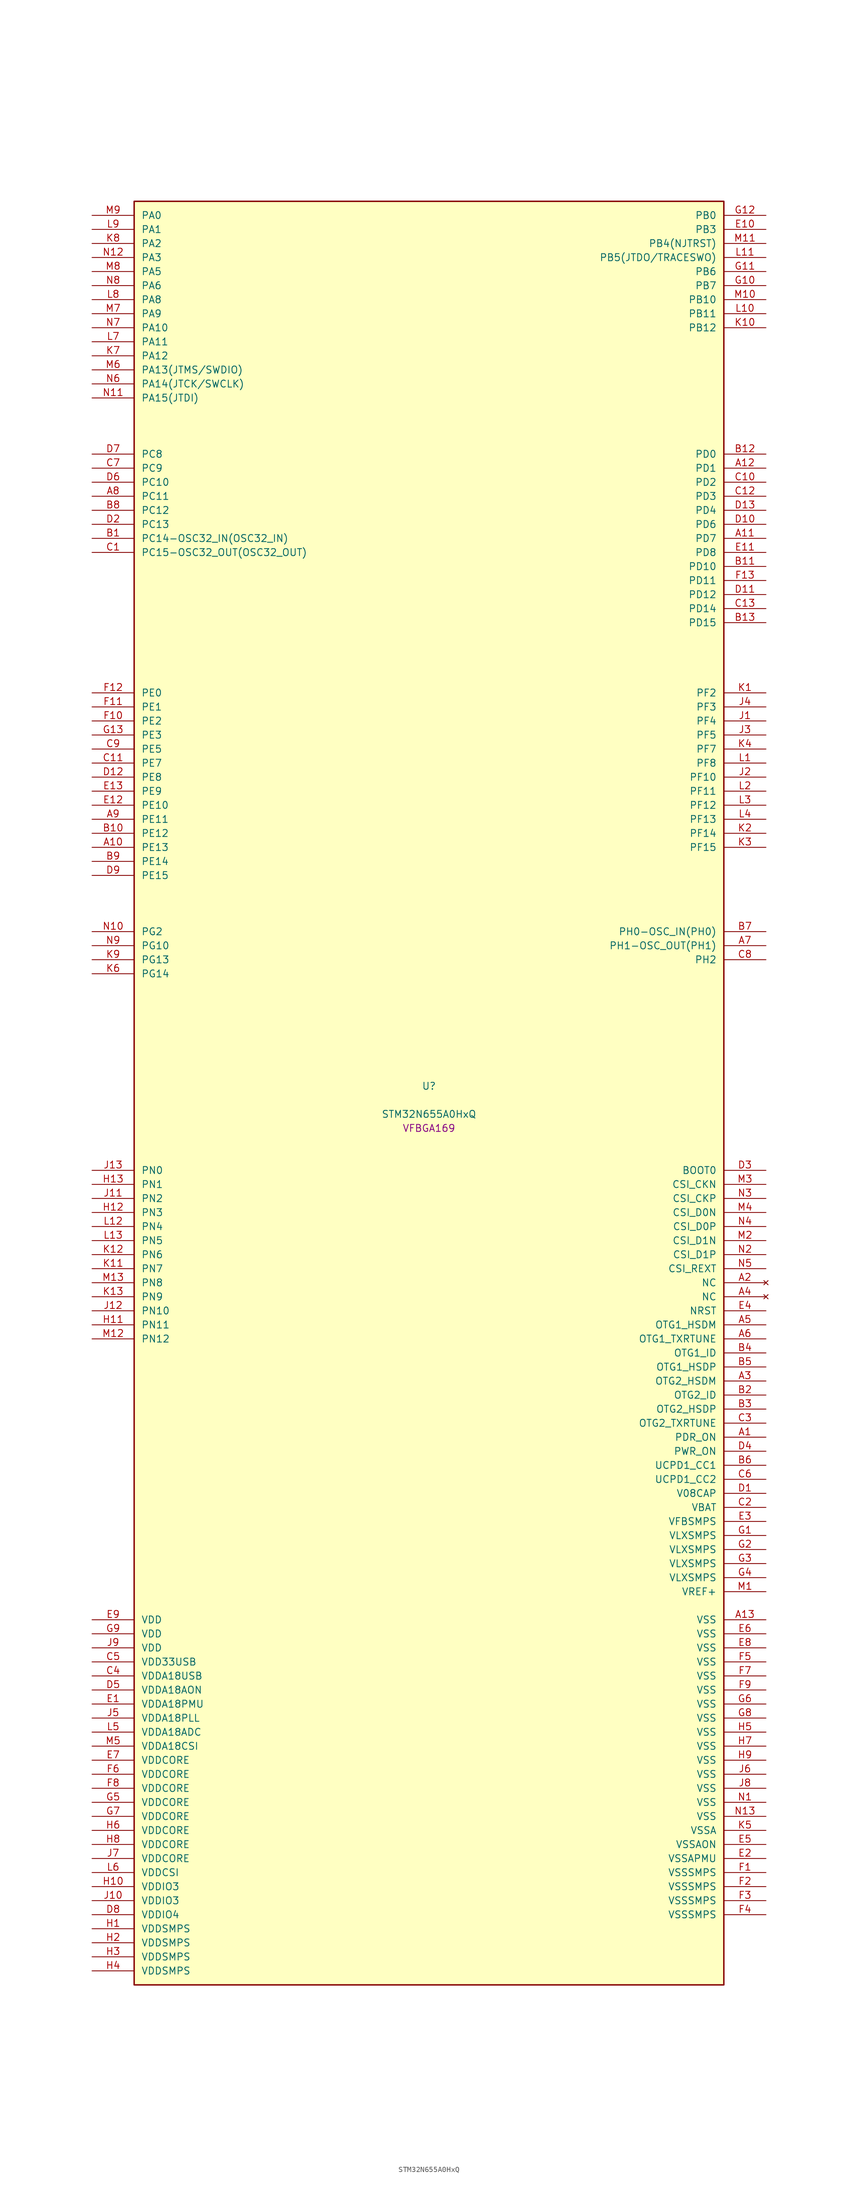
<source format=kicad_sym>
(kicad_symbol_lib
  (version 20241209)
  (generator "stm32_pkl_generator")
  (generator_version "1.0")
  (symbol "STM32N655A0HxQ"
    (pin_names
      (offset 1.27))
    (property "Reference" "U"
      (at 0 2.54 0))
    (property "Value" "STM32N655A0HxQ"
      (at 0 -2.54 0))
    (property "Footprint" "VFBGA169"
      (at 0 -5.08 0))
    (symbol "STM32N655A0HxQ_1_1"
      (rectangle (start -53.34 162.56) (end 53.34 -160.02) (stroke (width 0.254) (type solid)) (fill (type background)))
      (pin bidirectional line (at -60.96 160.02 0) (length 7.62) (name "PA0") (number "M9") (alternate "PA0/ADC1_INN1" bidirectional line) (alternate "PA0/ADC1_INP0" bidirectional line) (alternate "PA0/ADC2_INN1" bidirectional line) (alternate "PA0/ADC2_INP0" bidirectional line) (alternate "PA0/HDP_HDP0" bidirectional line) (alternate "PA0/I2S6_WS" bidirectional line) (alternate "PA0/LTDC_G3" bidirectional line) (alternate "PA0/PWR_WKUP1" bidirectional line) (alternate "PA0/SAI2_SD_B" bidirectional line) (alternate "PA0/SPI6_NSS" bidirectional line) (alternate "PA0/TIM15_BKIN" bidirectional line) (alternate "PA0/TIM2_CH1" bidirectional line) (alternate "PA0/TIM9_CH1" bidirectional line) (alternate "PA0/UART4_TX" bidirectional line))
      (pin bidirectional line (at -60.96 157.48 0) (length 7.62) (name "PA1") (number "L9") (alternate "PA1/ADC1_INP1" bidirectional line) (alternate "PA1/ADC2_INP1" bidirectional line) (alternate "PA1/DCMIPP_D0" bidirectional line) (alternate "PA1/DCMI_D0" bidirectional line) (alternate "PA1/HDP_HDP1" bidirectional line) (alternate "PA1/LTDC_G2" bidirectional line) (alternate "PA1/PSSI_D0" bidirectional line) (alternate "PA1/SAI2_MCLK_B" bidirectional line) (alternate "PA1/TIM15_CH1N" bidirectional line) (alternate "PA1/TIM2_CH2" bidirectional line) (alternate "PA1/UART4_RX" bidirectional line))
      (pin bidirectional line (at -60.96 154.94 0) (length 7.62) (name "PA2") (number "K8") (alternate "PA2/ADC1_INP14" bidirectional line) (alternate "PA2/ADC2_INP14" bidirectional line) (alternate "PA2/HDP_HDP2" bidirectional line) (alternate "PA2/LTDC_B7" bidirectional line) (alternate "PA2/MDIOS_MDIO" bidirectional line) (alternate "PA2/PWR_WKUP2" bidirectional line) (alternate "PA2/SAI2_SCK_B" bidirectional line) (alternate "PA2/TIM15_CH1" bidirectional line) (alternate "PA2/TIM2_CH3" bidirectional line))
      (pin bidirectional line (at -60.96 152.4 0) (length 7.62) (name "PA3") (number "N12") (alternate "PA3/SAI1_SD_B" bidirectional line) (alternate "PA3/SPI5_NSS" bidirectional line) (alternate "PA3/TIM16_CH1" bidirectional line) (alternate "PA3/UART7_RX" bidirectional line))
      (pin bidirectional line (at -60.96 149.86 0) (length 7.62) (name "PA5") (number "M8") (alternate "PA5/ADC2_INP18" bidirectional line) (alternate "PA5/DCMIPP_D8" bidirectional line) (alternate "PA5/DCMI_D8" bidirectional line) (alternate "PA5/HDP_HDP5" bidirectional line) (alternate "PA5/I2S1_CK" bidirectional line) (alternate "PA5/I2S6_CK" bidirectional line) (alternate "PA5/I3C1_SCL" bidirectional line) (alternate "PA5/LTDC_CLK" bidirectional line) (alternate "PA5/PSSI_D8" bidirectional line) (alternate "PA5/PWR_CSTOP" bidirectional line) (alternate "PA5/SPI1_SCK" bidirectional line) (alternate "PA5/SPI6_SCK" bidirectional line) (alternate "PA5/TIM10_CH1" bidirectional line) (alternate "PA5/TIM2_CH1" bidirectional line) (alternate "PA5/TIM2_ETR" bidirectional line) (alternate "PA5/TIM9_CH2" bidirectional line))
      (pin bidirectional line (at -60.96 147.32 0) (length 7.62) (name "PA6") (number "N8") (alternate "PA6/ADC1_INP3" bidirectional line) (alternate "PA6/ADC2_INP3" bidirectional line) (alternate "PA6/BOOT1" bidirectional line) (alternate "PA6/DCMIPP_PIXCLK" bidirectional line) (alternate "PA6/DCMI_PIXCLK" bidirectional line) (alternate "PA6/HDP_HDP6" bidirectional line) (alternate "PA6/I2S1_SDI" bidirectional line) (alternate "PA6/I2S6_SDI" bidirectional line) (alternate "PA6/I3C1_SDA" bidirectional line) (alternate "PA6/LTDC_B7" bidirectional line) (alternate "PA6/LTDC_HSYNC" bidirectional line) (alternate "PA6/MDIOS_MDC" bidirectional line) (alternate "PA6/PSSI_PDCK" bidirectional line) (alternate "PA6/SPI1_MISO" bidirectional line) (alternate "PA6/SPI6_MISO" bidirectional line) (alternate "PA6/TIM13_CH1" bidirectional line) (alternate "PA6/TIM1_BKIN" bidirectional line) (alternate "PA6/TIM3_CH1" bidirectional line))
      (pin bidirectional line (at -60.96 144.78 0) (length 7.62) (name "PA8") (number "L8") (alternate "PA8/ADC1_INP5" bidirectional line) (alternate "PA8/ADC2_INP5" bidirectional line) (alternate "PA8/HDP_HDP0" bidirectional line) (alternate "PA8/I2C3_SCL" bidirectional line) (alternate "PA8/I3C2_SCL" bidirectional line) (alternate "PA8/LTDC_B6" bidirectional line) (alternate "PA8/RCC_MCO_1" bidirectional line) (alternate "PA8/TIM11_CH1" bidirectional line) (alternate "PA8/TIM1_CH1" bidirectional line) (alternate "PA8/UART7_RX" bidirectional line) (alternate "PA8/USART1_CK" bidirectional line))
      (pin bidirectional line (at -60.96 142.24 0) (length 7.62) (name "PA9") (number "M7") (alternate "PA9/ADC1_INP10" bidirectional line) (alternate "PA9/ADC2_INP10" bidirectional line) (alternate "PA9/DCMIPP_D0" bidirectional line) (alternate "PA9/DCMI_D0" bidirectional line) (alternate "PA9/HDP_HDP1" bidirectional line) (alternate "PA9/I2C3_SDA" bidirectional line) (alternate "PA9/I2S2_CK" bidirectional line) (alternate "PA9/I3C2_SDA" bidirectional line) (alternate "PA9/LPUART1_TX" bidirectional line) (alternate "PA9/LTDC_B5" bidirectional line) (alternate "PA9/PSSI_D0" bidirectional line) (alternate "PA9/SPI2_SCK" bidirectional line) (alternate "PA9/TIM1_CH2" bidirectional line) (alternate "PA9/USART1_TX" bidirectional line))
      (pin bidirectional line (at -60.96 139.7 0) (length 7.62) (name "PA10") (number "N7") (alternate "PA10/ADC1_INN10" bidirectional line) (alternate "PA10/ADC1_INP11" bidirectional line) (alternate "PA10/ADC2_INN10" bidirectional line) (alternate "PA10/ADC2_INP11" bidirectional line) (alternate "PA10/DCMIPP_D1" bidirectional line) (alternate "PA10/DCMI_D1" bidirectional line) (alternate "PA10/HDP_HDP2" bidirectional line) (alternate "PA10/LPUART1_RX" bidirectional line) (alternate "PA10/LTDC_B4" bidirectional line) (alternate "PA10/MDIOS_MDIO" bidirectional line) (alternate "PA10/PSSI_D1" bidirectional line) (alternate "PA10/PWR_CSLEEP" bidirectional line) (alternate "PA10/TIM1_CH3" bidirectional line) (alternate "PA10/USART1_RX" bidirectional line))
      (pin bidirectional line (at -60.96 137.16 0) (length 7.62) (name "PA11") (number "L7") (alternate "PA11/ADC1_EXTI11" bidirectional line) (alternate "PA11/ADC1_INN11" bidirectional line) (alternate "PA11/ADC1_INP12" bidirectional line) (alternate "PA11/ADC2_EXTI11" bidirectional line) (alternate "PA11/ADC2_INN11" bidirectional line) (alternate "PA11/ADC2_INP12" bidirectional line) (alternate "PA11/FDCAN1_RX" bidirectional line) (alternate "PA11/HDP_HDP3" bidirectional line) (alternate "PA11/I2S2_WS" bidirectional line) (alternate "PA11/LPUART1_CTS" bidirectional line) (alternate "PA11/LTDC_B3" bidirectional line) (alternate "PA11/SPI2_NSS" bidirectional line) (alternate "PA11/TIM1_CH4" bidirectional line) (alternate "PA11/UART4_RX" bidirectional line) (alternate "PA11/USART1_CTS" bidirectional line) (alternate "PA11/USART1_NSS" bidirectional line))
      (pin bidirectional line (at -60.96 134.62 0) (length 7.62) (name "PA12") (number "K7") (alternate "PA12/ADC1_INN12" bidirectional line) (alternate "PA12/ADC1_INP13" bidirectional line) (alternate "PA12/ADC2_INN12" bidirectional line) (alternate "PA12/ADC2_INP13" bidirectional line) (alternate "PA12/FDCAN1_TX" bidirectional line) (alternate "PA12/HDP_HDP4" bidirectional line) (alternate "PA12/I2S2_CK" bidirectional line) (alternate "PA12/LPUART1_RTS" bidirectional line) (alternate "PA12/LTDC_B2" bidirectional line) (alternate "PA12/SAI2_FS_B" bidirectional line) (alternate "PA12/SPI2_SCK" bidirectional line) (alternate "PA12/TIM1_ETR" bidirectional line) (alternate "PA12/UART4_TX" bidirectional line) (alternate "PA12/USART1_RTS" bidirectional line))
      (pin bidirectional line (at -60.96 132.08 0) (length 7.62) (name "PA13(JTMS/SWDIO)") (number "M6") (alternate "PA13(JTMS/SWDIO)/DEBUG_JTMS-SWDIO" bidirectional line) (alternate "PA13(JTMS/SWDIO)/HDP_HDP5" bidirectional line))
      (pin bidirectional line (at -60.96 129.54 0) (length 7.62) (name "PA14(JTCK/SWCLK)") (number "N6") (alternate "PA14(JTCK/SWCLK)/DEBUG_JTCK-SWCLK" bidirectional line) (alternate "PA14(JTCK/SWCLK)/HDP_HDP6" bidirectional line))
      (pin bidirectional line (at -60.96 127 0) (length 7.62) (name "PA15(JTDI)") (number "N11") (alternate "PA15(JTDI)/ADC1_EXTI15" bidirectional line) (alternate "PA15(JTDI)/ADC2_EXTI15" bidirectional line) (alternate "PA15(JTDI)/DEBUG_JTDI" bidirectional line) (alternate "PA15(JTDI)/HDP_HDP7" bidirectional line) (alternate "PA15(JTDI)/I2S1_WS" bidirectional line) (alternate "PA15(JTDI)/I2S3_WS" bidirectional line) (alternate "PA15(JTDI)/I2S6_WS" bidirectional line) (alternate "PA15(JTDI)/LTDC_R5" bidirectional line) (alternate "PA15(JTDI)/SPI1_NSS" bidirectional line) (alternate "PA15(JTDI)/SPI3_NSS" bidirectional line) (alternate "PA15(JTDI)/SPI6_NSS" bidirectional line) (alternate "PA15(JTDI)/TIM2_CH1" bidirectional line) (alternate "PA15(JTDI)/TIM2_ETR" bidirectional line) (alternate "PA15(JTDI)/UART4_DE" bidirectional line) (alternate "PA15(JTDI)/UART4_RTS" bidirectional line) (alternate "PA15(JTDI)/UART7_TX" bidirectional line))
      (pin bidirectional line (at 60.96 160.02 180) (length 7.62) (name "PB0") (number "G12") (alternate "PB0/ADF1_SDI0" bidirectional line) (alternate "PB0/DCMIPP_D4" bidirectional line) (alternate "PB0/DCMI_D4" bidirectional line) (alternate "PB0/DEBUG_TRACED1" bidirectional line) (alternate "PB0/MDF1_SDI2" bidirectional line) (alternate "PB0/PSSI_D4" bidirectional line) (alternate "PB0/SAI1_D2" bidirectional line) (alternate "PB0/SAI1_FS_A" bidirectional line) (alternate "PB0/SPI4_NSS" bidirectional line) (alternate "PB0/TIM15_CH1N" bidirectional line) (alternate "PB0/TIM1_CH4" bidirectional line))
      (pin bidirectional line (at 60.96 157.48 180) (length 7.62) (name "PB3") (number "E10") (alternate "PB3/DEBUG_JTDO-SWO" bidirectional line) (alternate "PB3/DEBUG_TRACECLK" bidirectional line) (alternate "PB3/GFXTIM_FCKCAL" bidirectional line) (alternate "PB3/GFXTIM_LCKCAL" bidirectional line) (alternate "PB3/HDP_HDP0" bidirectional line) (alternate "PB3/MDF1_CKI1" bidirectional line) (alternate "PB3/SAI2_FS_B" bidirectional line) (alternate "PB3/TIM1_CH4N" bidirectional line) (alternate "PB3/USART1_CK" bidirectional line))
      (pin bidirectional line (at 60.96 154.94 180) (length 7.62) (name "PB4(NJTRST)") (number "M11") (alternate "PB4(NJTRST)/DCMIPP_VSYNC" bidirectional line) (alternate "PB4(NJTRST)/DCMI_VSYNC" bidirectional line) (alternate "PB4(NJTRST)/DEBUG_NJTRST" bidirectional line) (alternate "PB4(NJTRST)/HDP_HDP4" bidirectional line) (alternate "PB4(NJTRST)/I2S1_SDI" bidirectional line) (alternate "PB4(NJTRST)/I2S2_WS" bidirectional line) (alternate "PB4(NJTRST)/I2S3_SDI" bidirectional line) (alternate "PB4(NJTRST)/I2S6_SDI" bidirectional line) (alternate "PB4(NJTRST)/LTDC_R3" bidirectional line) (alternate "PB4(NJTRST)/PSSI_RDY" bidirectional line) (alternate "PB4(NJTRST)/SPI1_MISO" bidirectional line) (alternate "PB4(NJTRST)/SPI2_NSS" bidirectional line) (alternate "PB4(NJTRST)/SPI3_MISO" bidirectional line) (alternate "PB4(NJTRST)/SPI6_MISO" bidirectional line) (alternate "PB4(NJTRST)/TIM16_BKIN" bidirectional line) (alternate "PB4(NJTRST)/TIM3_CH1" bidirectional line) (alternate "PB4(NJTRST)/UART7_TX" bidirectional line))
      (pin bidirectional line (at 60.96 152.4 180) (length 7.62) (name "PB5(JTDO/TRACESWO)") (number "L11") (alternate "PB5(JTDO/TRACESWO)/DCMIPP_D10" bidirectional line) (alternate "PB5(JTDO/TRACESWO)/DCMI_D10" bidirectional line) (alternate "PB5(JTDO/TRACESWO)/DEBUG_JTDO-SWO" bidirectional line) (alternate "PB5(JTDO/TRACESWO)/FDCAN2_RX" bidirectional line) (alternate "PB5(JTDO/TRACESWO)/HDP_HDP5" bidirectional line) (alternate "PB5(JTDO/TRACESWO)/I2S1_SDO" bidirectional line) (alternate "PB5(JTDO/TRACESWO)/I2S3_SDO" bidirectional line) (alternate "PB5(JTDO/TRACESWO)/I2S6_SDO" bidirectional line) (alternate "PB5(JTDO/TRACESWO)/LTDC_R2" bidirectional line) (alternate "PB5(JTDO/TRACESWO)/PSSI_D10" bidirectional line) (alternate "PB5(JTDO/TRACESWO)/SPI1_MOSI" bidirectional line) (alternate "PB5(JTDO/TRACESWO)/SPI3_MOSI" bidirectional line) (alternate "PB5(JTDO/TRACESWO)/SPI6_MOSI" bidirectional line) (alternate "PB5(JTDO/TRACESWO)/TIM3_CH2" bidirectional line) (alternate "PB5(JTDO/TRACESWO)/UART5_RX" bidirectional line))
      (pin bidirectional line (at 60.96 149.86 180) (length 7.62) (name "PB6") (number "G11") (alternate "PB6/ADF1_CCK1" bidirectional line) (alternate "PB6/DCMIPP_D6" bidirectional line) (alternate "PB6/DCMI_D6" bidirectional line) (alternate "PB6/DEBUG_TRACED2" bidirectional line) (alternate "PB6/MDF1_CCK1" bidirectional line) (alternate "PB6/PSSI_D6" bidirectional line) (alternate "PB6/SAI1_CK2" bidirectional line) (alternate "PB6/SAI1_SCK_A" bidirectional line) (alternate "PB6/SPI4_MISO" bidirectional line) (alternate "PB6/TIM15_CH1" bidirectional line))
      (pin bidirectional line (at 60.96 147.32 180) (length 7.62) (name "PB7") (number "G10") (alternate "PB7/ADF1_SDI0" bidirectional line) (alternate "PB7/DCMIPP_D7" bidirectional line) (alternate "PB7/DCMI_D7" bidirectional line) (alternate "PB7/DEBUG_TRACED3" bidirectional line) (alternate "PB7/MDF1_SDI1" bidirectional line) (alternate "PB7/PSSI_D7" bidirectional line) (alternate "PB7/SAI1_D1" bidirectional line) (alternate "PB7/SAI1_SD_A" bidirectional line) (alternate "PB7/SAI2_MCLK_B" bidirectional line) (alternate "PB7/SPI4_MOSI" bidirectional line) (alternate "PB7/TIM15_CH2" bidirectional line) (alternate "PB7/TIM1_BKIN2" bidirectional line))
      (pin bidirectional line (at 60.96 144.78 180) (length 7.62) (name "PB10") (number "M10") (alternate "PB10/ADC1_INN4" bidirectional line) (alternate "PB10/ADC1_INP8" bidirectional line) (alternate "PB10/ADC2_INN4" bidirectional line) (alternate "PB10/ADC2_INP8" bidirectional line) (alternate "PB10/HDP_HDP2" bidirectional line) (alternate "PB10/I2C2_SCL" bidirectional line) (alternate "PB10/I2S2_CK" bidirectional line) (alternate "PB10/I3C2_SCL" bidirectional line) (alternate "PB10/LPTIM2_IN1" bidirectional line) (alternate "PB10/LTDC_G7" bidirectional line) (alternate "PB10/SPI2_SCK" bidirectional line) (alternate "PB10/TIM2_CH3" bidirectional line) (alternate "PB10/USART3_TX" bidirectional line))
      (pin bidirectional line (at 60.96 142.24 180) (length 7.62) (name "PB11") (number "L10") (alternate "PB11/ADC1_EXTI11" bidirectional line) (alternate "PB11/ADC1_INP4" bidirectional line) (alternate "PB11/ADC2_EXTI11" bidirectional line) (alternate "PB11/ADC2_INP4" bidirectional line) (alternate "PB11/HDP_HDP3" bidirectional line) (alternate "PB11/I2C2_SDA" bidirectional line) (alternate "PB11/I3C2_SDA" bidirectional line) (alternate "PB11/LPTIM2_ETR" bidirectional line) (alternate "PB11/LTDC_G6" bidirectional line) (alternate "PB11/TIM2_CH4" bidirectional line) (alternate "PB11/USART3_RX" bidirectional line))
      (pin bidirectional line (at 60.96 139.7 180) (length 7.62) (name "PB12") (number "K10") (alternate "PB12/FDCAN2_RX" bidirectional line) (alternate "PB12/HDP_HDP4" bidirectional line) (alternate "PB12/I2C2_SMBA" bidirectional line) (alternate "PB12/I2S2_WS" bidirectional line) (alternate "PB12/LPTIM2_IN2" bidirectional line) (alternate "PB12/LTDC_G5" bidirectional line) (alternate "PB12/SPI2_NSS" bidirectional line) (alternate "PB12/TIM1_BKIN" bidirectional line) (alternate "PB12/UART5_RX" bidirectional line) (alternate "PB12/USART3_CK" bidirectional line))
      (pin bidirectional line (at -60.96 116.84 0) (length 7.62) (name "PC8") (number "D7") (alternate "PC8/DCMIPP_D2" bidirectional line) (alternate "PC8/DCMI_D2" bidirectional line) (alternate "PC8/DEBUG_TRACED1" bidirectional line) (alternate "PC8/HDP_HDP0" bidirectional line) (alternate "PC8/I2C3_SMBA" bidirectional line) (alternate "PC8/LTDC_B0" bidirectional line) (alternate "PC8/PSSI_D2" bidirectional line) (alternate "PC8/TIM3_CH3" bidirectional line) (alternate "PC8/UART5_DE" bidirectional line) (alternate "PC8/UART5_RTS" bidirectional line) (alternate "PC8/UCPD1_FRSTX1" bidirectional line) (alternate "PC8/USART6_CK" bidirectional line))
      (pin bidirectional line (at -60.96 114.3 0) (length 7.62) (name "PC9") (number "C7") (alternate "PC9/AUDIOCLK" bidirectional line) (alternate "PC9/DCMIPP_D3" bidirectional line) (alternate "PC9/DCMI_D3" bidirectional line) (alternate "PC9/HDP_HDP1" bidirectional line) (alternate "PC9/I2C3_SDA" bidirectional line) (alternate "PC9/LTDC_B3" bidirectional line) (alternate "PC9/PSSI_D3" bidirectional line) (alternate "PC9/RCC_MCO_2" bidirectional line) (alternate "PC9/TIM3_CH4" bidirectional line) (alternate "PC9/UART5_CTS" bidirectional line) (alternate "PC9/UCPD1_FRSTX2" bidirectional line) (alternate "PC9/USART6_RX" bidirectional line))
      (pin bidirectional line (at -60.96 111.76 0) (length 7.62) (name "PC10") (number "D6") (alternate "PC10/DCMIPP_D14" bidirectional line) (alternate "PC10/HDP_HDP2" bidirectional line) (alternate "PC10/I2C4_SCL" bidirectional line) (alternate "PC10/I2S3_CK" bidirectional line) (alternate "PC10/I3C2_SCL" bidirectional line) (alternate "PC10/PSSI_D14" bidirectional line) (alternate "PC10/SPI3_SCK" bidirectional line) (alternate "PC10/TIM1_BKIN" bidirectional line) (alternate "PC10/UART4_TX" bidirectional line) (alternate "PC10/USART3_TX" bidirectional line))
      (pin bidirectional line (at -60.96 109.22 0) (length 7.62) (name "PC11") (number "A8") (alternate "PC11/ADC1_EXTI11" bidirectional line) (alternate "PC11/ADC2_EXTI11" bidirectional line) (alternate "PC11/DCMIPP_D4" bidirectional line) (alternate "PC11/DCMI_D4" bidirectional line) (alternate "PC11/HDP_HDP3" bidirectional line) (alternate "PC11/I2C4_SDA" bidirectional line) (alternate "PC11/I2S3_SDI" bidirectional line) (alternate "PC11/I3C2_SDA" bidirectional line) (alternate "PC11/PSSI_D4" bidirectional line) (alternate "PC11/SPI3_MISO" bidirectional line) (alternate "PC11/UART4_RX" bidirectional line) (alternate "PC11/USART3_RX" bidirectional line))
      (pin bidirectional line (at -60.96 106.68 0) (length 7.62) (name "PC12") (number "B8") (alternate "PC12/DCMIPP_D9" bidirectional line) (alternate "PC12/DCMI_D9" bidirectional line) (alternate "PC12/DEBUG_TRACED3" bidirectional line) (alternate "PC12/HDP_HDP4" bidirectional line) (alternate "PC12/I2S3_SDO" bidirectional line) (alternate "PC12/I2S6_CK" bidirectional line) (alternate "PC12/PSSI_D9" bidirectional line) (alternate "PC12/SPI3_MOSI" bidirectional line) (alternate "PC12/SPI6_SCK" bidirectional line) (alternate "PC12/TIM15_CH1" bidirectional line) (alternate "PC12/TIM1_CH4" bidirectional line) (alternate "PC12/UART5_TX" bidirectional line) (alternate "PC12/USART3_CK" bidirectional line))
      (pin bidirectional line (at -60.96 104.14 0) (length 7.62) (name "PC13") (number "D2") (alternate "PC13/HDP_HDP5" bidirectional line) (alternate "PC13/PWR_WKUP3" bidirectional line) (alternate "PC13/RTC_OUT1" bidirectional line) (alternate "PC13/RTC_TS" bidirectional line) (alternate "PC13/TAMP_IN1" bidirectional line) (alternate "PC13/TAMP_OUT2" bidirectional line))
      (pin bidirectional line (at -60.96 101.6 0) (length 7.62) (name "PC14-OSC32_IN(OSC32_IN)") (number "B1") (alternate "PC14-OSC32_IN(OSC32_IN)/RCC_OSC32_IN" bidirectional line))
      (pin bidirectional line (at -60.96 99.06 0) (length 7.62) (name "PC15-OSC32_OUT(OSC32_OUT)") (number "C1") (alternate "PC15-OSC32_OUT(OSC32_OUT)/ADC1_EXTI15" bidirectional line) (alternate "PC15-OSC32_OUT(OSC32_OUT)/ADC2_EXTI15" bidirectional line) (alternate "PC15-OSC32_OUT(OSC32_OUT)/RCC_OSC32_OUT" bidirectional line))
      (pin bidirectional line (at 60.96 116.84 180) (length 7.62) (name "PD0") (number "B12") (alternate "PD0/DCMIPP_HSYNC" bidirectional line) (alternate "PD0/DCMI_HSYNC" bidirectional line) (alternate "PD0/FDCAN1_RX" bidirectional line) (alternate "PD0/PSSI_DE" bidirectional line) (alternate "PD0/TIM1_ETR" bidirectional line) (alternate "PD0/UART4_RX" bidirectional line))
      (pin bidirectional line (at 60.96 114.3 180) (length 7.62) (name "PD1") (number "A12") (alternate "PD1/ETH1_MDC" bidirectional line) (alternate "PD1/FDCAN1_TX" bidirectional line) (alternate "PD1/UART4_TX" bidirectional line))
      (pin bidirectional line (at 60.96 111.76 180) (length 7.62) (name "PD2") (number "C10") (alternate "PD2/ADF1_SDI0" bidirectional line) (alternate "PD2/DEBUG_TRACED0" bidirectional line) (alternate "PD2/HDP_HDP1" bidirectional line) (alternate "PD2/I2S2_SDO" bidirectional line) (alternate "PD2/MDF1_SDI1" bidirectional line) (alternate "PD2/MDIOS_MDC" bidirectional line) (alternate "PD2/PWR_WKUP4" bidirectional line) (alternate "PD2/SAI1_D1" bidirectional line) (alternate "PD2/SAI1_SD_A" bidirectional line) (alternate "PD2/SPI2_MOSI" bidirectional line) (alternate "PD2/TIM15_CH1N" bidirectional line) (alternate "PD2/TIM1_CH3" bidirectional line))
      (pin bidirectional line (at 60.96 109.22 180) (length 7.62) (name "PD3") (number "C12") (alternate "PD3/DCMIPP_D14" bidirectional line) (alternate "PD3/ETH1_PHY_INTN" bidirectional line) (alternate "PD3/I2C2_SMBA" bidirectional line) (alternate "PD3/PSSI_D14" bidirectional line) (alternate "PD3/USART6_CTS" bidirectional line))
      (pin bidirectional line (at 60.96 106.68 180) (length 7.62) (name "PD4") (number "D13") (alternate "PD4/DCMIPP_D9" bidirectional line) (alternate "PD4/DCMI_D9" bidirectional line) (alternate "PD4/I2C2_SDA" bidirectional line) (alternate "PD4/PSSI_D9" bidirectional line) (alternate "PD4/SPI5_MISO" bidirectional line) (alternate "PD4/TAMP_IN7" bidirectional line) (alternate "PD4/TAMP_OUT8" bidirectional line) (alternate "PD4/TIM1_BKIN2" bidirectional line) (alternate "PD4/USART6_RTS" bidirectional line))
      (pin bidirectional line (at 60.96 104.14 180) (length 7.62) (name "PD6") (number "D10") (alternate "PD6/HDP_HDP2" bidirectional line) (alternate "PD6/I2S2_SDI" bidirectional line) (alternate "PD6/SPI2_MISO" bidirectional line) (alternate "PD6/TIM15_CH2" bidirectional line) (alternate "PD6/TIM1_CH1" bidirectional line))
      (pin bidirectional line (at 60.96 101.6 180) (length 7.62) (name "PD7") (number "A11") (alternate "PD7/DCMIPP_D0" bidirectional line) (alternate "PD7/DCMI_D0" bidirectional line) (alternate "PD7/HDP_HDP3" bidirectional line) (alternate "PD7/I2S2_SDO" bidirectional line) (alternate "PD7/I2S3_WS" bidirectional line) (alternate "PD7/PSSI_D0" bidirectional line) (alternate "PD7/SPI2_MOSI" bidirectional line) (alternate "PD7/SPI3_NSS" bidirectional line) (alternate "PD7/TIM15_CH1N" bidirectional line) (alternate "PD7/TIM1_CH2" bidirectional line))
      (pin bidirectional line (at 60.96 99.06 180) (length 7.62) (name "PD8") (number "E11") (alternate "PD8/DCMIPP_D11" bidirectional line) (alternate "PD8/DCMI_D11" bidirectional line) (alternate "PD8/LTDC_R7" bidirectional line) (alternate "PD8/PSSI_D11" bidirectional line) (alternate "PD8/TAMP_IN3" bidirectional line) (alternate "PD8/TAMP_OUT4" bidirectional line) (alternate "PD8/USART3_TX" bidirectional line))
      (pin bidirectional line (at 60.96 96.52 180) (length 7.62) (name "PD10") (number "B11") (alternate "PD10/DEBUG_TRACECLK" bidirectional line) (alternate "PD10/GFXTIM_TE" bidirectional line) (alternate "PD10/HDP_HDP4" bidirectional line) (alternate "PD10/I2S1_MCK" bidirectional line) (alternate "PD10/MDF1_CKI3" bidirectional line) (alternate "PD10/SAI2_FS_B" bidirectional line) (alternate "PD10/TIM1_ETR" bidirectional line) (alternate "PD10/UCPD1_FRSTX1" bidirectional line))
      (pin bidirectional line (at 60.96 93.98 180) (length 7.62) (name "PD11") (number "F13") (alternate "PD11/ADC1_EXTI11" bidirectional line) (alternate "PD11/ADC2_EXTI11" bidirectional line) (alternate "PD11/DCMIPP_D15" bidirectional line) (alternate "PD11/I2C4_SDA" bidirectional line) (alternate "PD11/I2S2_SDI" bidirectional line) (alternate "PD11/PSSI_D15" bidirectional line) (alternate "PD11/SPI2_MISO" bidirectional line) (alternate "PD11/UCPD1_FRSTX1" bidirectional line))
      (pin bidirectional line (at 60.96 91.44 180) (length 7.62) (name "PD12") (number "D11") (alternate "PD12/DCMIPP_D12" bidirectional line) (alternate "PD12/DCMI_D12" bidirectional line) (alternate "PD12/ETH1_MDIO" bidirectional line) (alternate "PD12/HDP_HDP5" bidirectional line) (alternate "PD12/MDF1_SDI3" bidirectional line) (alternate "PD12/PSSI_D12" bidirectional line) (alternate "PD12/SAI1_D3" bidirectional line) (alternate "PD12/UCPD1_FRSTX2" bidirectional line))
      (pin bidirectional line (at 60.96 88.9 180) (length 7.62) (name "PD14") (number "C13") (alternate "PD14/I2C2_SCL" bidirectional line))
      (pin bidirectional line (at 60.96 86.36 180) (length 7.62) (name "PD15") (number "B13") (alternate "PD15/ADC1_EXTI15" bidirectional line) (alternate "PD15/ADC2_EXTI15" bidirectional line) (alternate "PD15/I2C2_SDA" bidirectional line) (alternate "PD15/LTDC_R2" bidirectional line))
      (pin bidirectional line (at -60.96 73.66 0) (length 7.62) (name "PE0") (number "F12") (alternate "PE0/DCMIPP_D2" bidirectional line) (alternate "PE0/DCMI_D2" bidirectional line) (alternate "PE0/LPTIM2_ETR" bidirectional line) (alternate "PE0/PSSI_D2" bidirectional line) (alternate "PE0/SAI2_MCLK_A" bidirectional line) (alternate "PE0/TAMP_IN6" bidirectional line) (alternate "PE0/TAMP_OUT5" bidirectional line) (alternate "PE0/USART3_RX" bidirectional line))
      (pin bidirectional line (at -60.96 71.12 0) (length 7.62) (name "PE1") (number "F11") (alternate "PE1/DCMIPP_D8" bidirectional line) (alternate "PE1/DCMI_D8" bidirectional line) (alternate "PE1/LPTIM2_CH2" bidirectional line) (alternate "PE1/PSSI_D8" bidirectional line) (alternate "PE1/USART3_TX" bidirectional line))
      (pin bidirectional line (at -60.96 68.58 0) (length 7.62) (name "PE2") (number "F10") (alternate "PE2/ADF1_CCK0" bidirectional line) (alternate "PE2/DEBUG_TRACECLK" bidirectional line) (alternate "PE2/MDF1_CCK0" bidirectional line) (alternate "PE2/SAI1_CK1" bidirectional line) (alternate "PE2/SAI1_MCLK_A" bidirectional line) (alternate "PE2/SPI4_SCK" bidirectional line) (alternate "PE2/TIM1_CH2N" bidirectional line) (alternate "PE2/UCPD1_FRSTX1" bidirectional line))
      (pin bidirectional line (at -60.96 66.04 0) (length 7.62) (name "PE3") (number "G13") (alternate "PE3/DEBUG_TRACED0" bidirectional line) (alternate "PE3/MDF1_CKI2" bidirectional line) (alternate "PE3/SAI1_SD_B" bidirectional line) (alternate "PE3/TIM15_BKIN" bidirectional line))
      (pin bidirectional line (at -60.96 63.5 0) (length 7.62) (name "PE5") (number "C9") (alternate "PE5/DCMIPP_D5" bidirectional line) (alternate "PE5/DCMI_D5" bidirectional line) (alternate "PE5/FDCAN2_TX" bidirectional line) (alternate "PE5/HDP_HDP6" bidirectional line) (alternate "PE5/I3C1_SCL" bidirectional line) (alternate "PE5/LPUART1_TX" bidirectional line) (alternate "PE5/PSSI_D5" bidirectional line) (alternate "PE5/TIM16_CH1N" bidirectional line) (alternate "PE5/UART5_TX" bidirectional line) (alternate "PE5/USART1_TX" bidirectional line))
      (pin bidirectional line (at -60.96 60.96 0) (length 7.62) (name "PE7") (number "C11") (alternate "PE7/MDF1_CKI0" bidirectional line) (alternate "PE7/SAI2_SD_B" bidirectional line) (alternate "PE7/TIM1_ETR" bidirectional line) (alternate "PE7/UART7_RX" bidirectional line))
      (pin bidirectional line (at -60.96 58.42 0) (length 7.62) (name "PE8") (number "D12") (alternate "PE8/DCMIPP_D4" bidirectional line) (alternate "PE8/DCMI_D4" bidirectional line) (alternate "PE8/MDF1_SDI0" bidirectional line) (alternate "PE8/PSSI_D4" bidirectional line) (alternate "PE8/TIM1_CH1N" bidirectional line) (alternate "PE8/UART7_TX" bidirectional line) (alternate "PE8/USART3_TX" bidirectional line))
      (pin bidirectional line (at -60.96 55.88 0) (length 7.62) (name "PE9") (number "E13") (alternate "PE9/MDF1_CKI4" bidirectional line) (alternate "PE9/TIM1_CH1" bidirectional line) (alternate "PE9/UART7_RTS" bidirectional line))
      (pin bidirectional line (at -60.96 53.34 0) (length 7.62) (name "PE10") (number "E12") (alternate "PE10/DCMIPP_D3" bidirectional line) (alternate "PE10/DCMI_D3" bidirectional line) (alternate "PE10/DEBUG_TRACECLK" bidirectional line) (alternate "PE10/MDF1_SDI4" bidirectional line) (alternate "PE10/PSSI_D3" bidirectional line) (alternate "PE10/TIM1_CH2N" bidirectional line) (alternate "PE10/UART7_CTS" bidirectional line) (alternate "PE10/USART3_RX" bidirectional line))
      (pin bidirectional line (at -60.96 50.8 0) (length 7.62) (name "PE11") (number "A9") (alternate "PE11/ADC1_EXTI11" bidirectional line) (alternate "PE11/ADC2_EXTI11" bidirectional line) (alternate "PE11/FDCAN3_TX" bidirectional line) (alternate "PE11/LTDC_VSYNC" bidirectional line) (alternate "PE11/MDF1_CKI5" bidirectional line) (alternate "PE11/SAI2_SD_B" bidirectional line) (alternate "PE11/SPI4_NSS" bidirectional line) (alternate "PE11/TIM1_CH2" bidirectional line))
      (pin bidirectional line (at -60.96 48.26 0) (length 7.62) (name "PE12") (number "B10") (alternate "PE12/FDCAN3_RX" bidirectional line) (alternate "PE12/MDF1_SDI5" bidirectional line) (alternate "PE12/SAI2_SCK_B" bidirectional line) (alternate "PE12/SPI4_SCK" bidirectional line) (alternate "PE12/TIM1_CH3N" bidirectional line))
      (pin bidirectional line (at -60.96 45.72 0) (length 7.62) (name "PE13") (number "A10") (alternate "PE13/ADF1_CCK0" bidirectional line) (alternate "PE13/I2C4_SCL" bidirectional line) (alternate "PE13/SAI2_FS_B" bidirectional line) (alternate "PE13/SPI4_MISO" bidirectional line) (alternate "PE13/TIM1_CH3" bidirectional line))
      (pin bidirectional line (at -60.96 43.18 0) (length 7.62) (name "PE14") (number "B9") (alternate "PE14/ADF1_CCK1" bidirectional line) (alternate "PE14/GFXTIM_FCKCAL" bidirectional line) (alternate "PE14/GFXTIM_LCKCAL" bidirectional line) (alternate "PE14/I2C4_SDA" bidirectional line) (alternate "PE14/SAI2_MCLK_B" bidirectional line) (alternate "PE14/SPI4_MOSI" bidirectional line) (alternate "PE14/TIM1_CH4" bidirectional line))
      (pin bidirectional line (at -60.96 40.64 0) (length 7.62) (name "PE15") (number "D9") (alternate "PE15/ADC1_EXTI15" bidirectional line) (alternate "PE15/ADC2_EXTI15" bidirectional line) (alternate "PE15/GFXTIM_FCKCAL" bidirectional line) (alternate "PE15/GFXTIM_LCKCAL" bidirectional line) (alternate "PE15/I2C4_SMBA" bidirectional line) (alternate "PE15/SPI5_SCK" bidirectional line) (alternate "PE15/TIM1_BKIN" bidirectional line))
      (pin bidirectional line (at 60.96 73.66 180) (length 7.62) (name "PF2") (number "K1") (alternate "PF2/ETH1_RGMII_CLK125" bidirectional line) (alternate "PF2/FDCAN3_TX" bidirectional line) (alternate "PF2/I2S2_CK" bidirectional line) (alternate "PF2/LTDC_B1" bidirectional line) (alternate "PF2/SPI2_SCK" bidirectional line) (alternate "PF2/TIM1_CH3N" bidirectional line))
      (pin bidirectional line (at 60.96 71.12 180) (length 7.62) (name "PF3") (number "J4") (alternate "PF3/ADC1_INP16" bidirectional line) (alternate "PF3/DCMIPP_HSYNC" bidirectional line) (alternate "PF3/DCMI_HSYNC" bidirectional line) (alternate "PF3/ETH1_PPS_OUT" bidirectional line) (alternate "PF3/FDCAN3_RX" bidirectional line) (alternate "PF3/LTDC_R4" bidirectional line) (alternate "PF3/PSSI_DE" bidirectional line))
      (pin bidirectional line (at 60.96 68.58 180) (length 7.62) (name "PF4") (number "J1") (alternate "PF4/ADC1_INP18" bidirectional line) (alternate "PF4/DCMIPP_HSYNC" bidirectional line) (alternate "PF4/DCMI_HSYNC" bidirectional line) (alternate "PF4/ETH1_MDIO" bidirectional line) (alternate "PF4/HDP_HDP4" bidirectional line) (alternate "PF4/I2S1_WS" bidirectional line) (alternate "PF4/I2S3_WS" bidirectional line) (alternate "PF4/I2S6_WS" bidirectional line) (alternate "PF4/LTDC_R3" bidirectional line) (alternate "PF4/PSSI_DE" bidirectional line) (alternate "PF4/SPI1_NSS" bidirectional line) (alternate "PF4/SPI3_NSS" bidirectional line) (alternate "PF4/SPI6_NSS" bidirectional line))
      (pin bidirectional line (at 60.96 66.04 180) (length 7.62) (name "PF5") (number "J3") (alternate "PF5/DCMIPP_D6" bidirectional line) (alternate "PF5/DCMI_D6" bidirectional line) (alternate "PF5/ETH1_CLK" bidirectional line) (alternate "PF5/LPTIM2_IN2" bidirectional line) (alternate "PF5/LTDC_G0" bidirectional line) (alternate "PF5/PSSI_D6" bidirectional line) (alternate "PF5/SAI2_SD_A" bidirectional line) (alternate "PF5/TIM1_ETR" bidirectional line) (alternate "PF5/USART3_CTS" bidirectional line) (alternate "PF5/USART3_NSS" bidirectional line))
      (pin bidirectional line (at 60.96 63.5 180) (length 7.62) (name "PF7") (number "K4") (alternate "PF7/ADC1_INN5" bidirectional line) (alternate "PF7/ADC1_INP9" bidirectional line) (alternate "PF7/ADC2_INN5" bidirectional line) (alternate "PF7/ADC2_INP9" bidirectional line) (alternate "PF7/ETH1_MII_RX_CLK" bidirectional line) (alternate "PF7/ETH1_RGMII_RX_CLK" bidirectional line) (alternate "PF7/ETH1_RMII_REF_CLK" bidirectional line) (alternate "PF7/GFXTIM_TE" bidirectional line) (alternate "PF7/HDP_HDP0" bidirectional line) (alternate "PF7/I2S1_CK" bidirectional line) (alternate "PF7/LTDC_VSYNC" bidirectional line) (alternate "PF7/SPI1_SCK" bidirectional line) (alternate "PF7/TIM1_CH2N" bidirectional line) (alternate "PF7/TIM3_CH3" bidirectional line) (alternate "PF7/TIM9_CH1" bidirectional line) (alternate "PF7/UART4_CTS" bidirectional line))
      (pin bidirectional line (at 60.96 60.96 180) (length 7.62) (name "PF8") (number "L1") (alternate "PF8/DEBUG_TRACECLK" bidirectional line) (alternate "PF8/ETH1_MII_RXD2" bidirectional line) (alternate "PF8/ETH1_RGMII_RXD2" bidirectional line) (alternate "PF8/LTDC_R6" bidirectional line))
      (pin bidirectional line (at 60.96 58.42 180) (length 7.62) (name "PF10") (number "J2") (alternate "PF10/DCMIPP_D11" bidirectional line) (alternate "PF10/DCMIPP_D15" bidirectional line) (alternate "PF10/DCMI_D11" bidirectional line) (alternate "PF10/ETH1_MII_RX_DV" bidirectional line) (alternate "PF10/ETH1_RGMII_RX_CTL" bidirectional line) (alternate "PF10/ETH1_RMII_CRS_DV" bidirectional line) (alternate "PF10/LTDC_R1" bidirectional line) (alternate "PF10/MDF1_SDI3" bidirectional line) (alternate "PF10/PSSI_D11" bidirectional line) (alternate "PF10/PSSI_D15" bidirectional line) (alternate "PF10/SAI1_D3" bidirectional line) (alternate "PF10/TIM16_BKIN" bidirectional line) (alternate "PF10/UART7_RX" bidirectional line) (alternate "PF10/UCPD1_FRSTX1" bidirectional line))
      (pin bidirectional line (at 60.96 55.88 180) (length 7.62) (name "PF11") (number "L2") (alternate "PF11/ADC1_EXTI11" bidirectional line) (alternate "PF11/ADC1_INP2" bidirectional line) (alternate "PF11/ADC2_EXTI11" bidirectional line) (alternate "PF11/DCMIPP_D15" bidirectional line) (alternate "PF11/ETH1_MII_TX_EN" bidirectional line) (alternate "PF11/ETH1_RGMII_TX_CTL" bidirectional line) (alternate "PF11/ETH1_RMII_TX_EN" bidirectional line) (alternate "PF11/LTDC_B0" bidirectional line) (alternate "PF11/PSSI_D15" bidirectional line) (alternate "PF11/SAI2_SD_B" bidirectional line) (alternate "PF11/SPI5_MOSI" bidirectional line))
      (pin bidirectional line (at 60.96 53.34 180) (length 7.62) (name "PF12") (number "L3") (alternate "PF12/ADC1_INN2" bidirectional line) (alternate "PF12/ADC1_INP6" bidirectional line) (alternate "PF12/DCMIPP_D13" bidirectional line) (alternate "PF12/DCMI_D13" bidirectional line) (alternate "PF12/ETH1_MII_TXD0" bidirectional line) (alternate "PF12/ETH1_RGMII_TXD0" bidirectional line) (alternate "PF12/ETH1_RMII_TXD0" bidirectional line) (alternate "PF12/PSSI_D13" bidirectional line) (alternate "PF12/SPI5_MISO" bidirectional line) (alternate "PF12/USART1_RX" bidirectional line))
      (pin bidirectional line (at 60.96 50.8 180) (length 7.62) (name "PF13") (number "L4") (alternate "PF13/ADC2_INP2" bidirectional line) (alternate "PF13/DCMIPP_D10" bidirectional line) (alternate "PF13/DCMI_D10" bidirectional line) (alternate "PF13/ETH1_MII_TXD1" bidirectional line) (alternate "PF13/ETH1_RGMII_TXD1" bidirectional line) (alternate "PF13/ETH1_RMII_TXD1" bidirectional line) (alternate "PF13/PSSI_D10" bidirectional line) (alternate "PF13/SPI5_NSS" bidirectional line) (alternate "PF13/USART1_TX" bidirectional line))
      (pin bidirectional line (at 60.96 48.26 180) (length 7.62) (name "PF14") (number "K2") (alternate "PF14/ADC2_INN2" bidirectional line) (alternate "PF14/ADC2_INP6" bidirectional line) (alternate "PF14/ETH1_MII_RXD0" bidirectional line) (alternate "PF14/ETH1_RGMII_RXD0" bidirectional line) (alternate "PF14/ETH1_RMII_RXD0" bidirectional line) (alternate "PF14/LTDC_G0" bidirectional line) (alternate "PF14/SPI5_MOSI" bidirectional line) (alternate "PF14/TIM2_CH2" bidirectional line) (alternate "PF14/USART1_CTS" bidirectional line))
      (pin bidirectional line (at 60.96 45.72 180) (length 7.62) (name "PF15") (number "K3") (alternate "PF15/ADC1_EXTI15" bidirectional line) (alternate "PF15/ADC2_EXTI15" bidirectional line) (alternate "PF15/ETH1_MII_RXD1" bidirectional line) (alternate "PF15/ETH1_RGMII_RXD1" bidirectional line) (alternate "PF15/ETH1_RMII_RXD1" bidirectional line) (alternate "PF15/LTDC_G1" bidirectional line) (alternate "PF15/SPI5_SCK" bidirectional line) (alternate "PF15/USART1_RTS" bidirectional line))
      (pin bidirectional line (at -60.96 30.48 0) (length 7.62) (name "PG2") (number "N10") (alternate "PG2/DCMIPP_D6" bidirectional line) (alternate "PG2/DCMI_D6" bidirectional line) (alternate "PG2/LTDC_R0" bidirectional line) (alternate "PG2/PSSI_D6" bidirectional line) (alternate "PG2/SAI1_FS_B" bidirectional line) (alternate "PG2/SAI2_MCLK_B" bidirectional line) (alternate "PG2/SPI5_MOSI" bidirectional line) (alternate "PG2/TIM14_CH1" bidirectional line) (alternate "PG2/UART7_CTS" bidirectional line) (alternate "PG2/USART3_RTS" bidirectional line))
      (pin bidirectional line (at -60.96 27.94 0) (length 7.62) (name "PG10") (number "N9") (alternate "PG10/DCMIPP_D2" bidirectional line) (alternate "PG10/DCMI_D2" bidirectional line) (alternate "PG10/FDCAN2_TX" bidirectional line) (alternate "PG10/HDP_HDP5" bidirectional line) (alternate "PG10/I2S2_CK" bidirectional line) (alternate "PG10/LPTIM2_CH1" bidirectional line) (alternate "PG10/LTDC_G4" bidirectional line) (alternate "PG10/PSSI_D2" bidirectional line) (alternate "PG10/SPI2_SCK" bidirectional line) (alternate "PG10/TIM1_CH1N" bidirectional line) (alternate "PG10/UART5_TX" bidirectional line) (alternate "PG10/USART3_CTS" bidirectional line) (alternate "PG10/USART3_NSS" bidirectional line))
      (pin bidirectional line (at -60.96 25.4 0) (length 7.62) (name "PG13") (number "K9") (alternate "PG13/DCMIPP_D12" bidirectional line) (alternate "PG13/DCMI_D12" bidirectional line) (alternate "PG13/LPTIM2_IN1" bidirectional line) (alternate "PG13/LTDC_DE" bidirectional line) (alternate "PG13/PSSI_D12" bidirectional line) (alternate "PG13/SAI2_FS_A" bidirectional line) (alternate "PG13/USART3_RTS" bidirectional line))
      (pin bidirectional line (at -60.96 22.86 0) (length 7.62) (name "PG14") (number "K6") (alternate "PG14/DCMIPP_D11" bidirectional line) (alternate "PG14/DCMI_D11" bidirectional line) (alternate "PG14/DEBUG_TRACED1" bidirectional line) (alternate "PG14/I2S6_SDO" bidirectional line) (alternate "PG14/LTDC_B1" bidirectional line) (alternate "PG14/PSSI_D11" bidirectional line) (alternate "PG14/SPI6_MOSI" bidirectional line) (alternate "PG14/USART6_TX" bidirectional line))
      (pin bidirectional line (at 60.96 30.48 180) (length 7.62) (name "PH0-OSC_IN(PH0)") (number "B7") (alternate "PH0-OSC_IN(PH0)/RCC_OSC_IN" bidirectional line))
      (pin bidirectional line (at 60.96 27.94 180) (length 7.62) (name "PH1-OSC_OUT(PH1)") (number "A7") (alternate "PH1-OSC_OUT(PH1)/RCC_OSC_OUT" bidirectional line))
      (pin bidirectional line (at 60.96 25.4 180) (length 7.62) (name "PH2") (number "C8") (alternate "PH2/DCMIPP_D11" bidirectional line) (alternate "PH2/DCMI_D11" bidirectional line) (alternate "PH2/DEBUG_TRACED2" bidirectional line) (alternate "PH2/FDCAN1_TX" bidirectional line) (alternate "PH2/PSSI_D11" bidirectional line) (alternate "PH2/TIM15_BKIN" bidirectional line) (alternate "PH2/TIM1_ETR" bidirectional line) (alternate "PH2/TIM3_ETR" bidirectional line) (alternate "PH2/UART5_RX" bidirectional line))
      (pin bidirectional line (at -60.96 -12.7 0) (length 7.62) (name "PN0") (number "J13") (alternate "PN0/XSPIM_P2_DQS0" bidirectional line))
      (pin bidirectional line (at -60.96 -15.24 0) (length 7.62) (name "PN1") (number "H13") (alternate "PN1/XSPIM_P2_NCS1" bidirectional line))
      (pin bidirectional line (at -60.96 -17.78 0) (length 7.62) (name "PN2") (number "J11") (alternate "PN2/XSPIM_P2_IO0" bidirectional line))
      (pin bidirectional line (at -60.96 -20.32 0) (length 7.62) (name "PN3") (number "H12") (alternate "PN3/XSPIM_P2_IO1" bidirectional line))
      (pin bidirectional line (at -60.96 -22.86 0) (length 7.62) (name "PN4") (number "L12") (alternate "PN4/XSPIM_P2_IO2" bidirectional line))
      (pin bidirectional line (at -60.96 -25.4 0) (length 7.62) (name "PN5") (number "L13") (alternate "PN5/XSPIM_P2_IO3" bidirectional line))
      (pin bidirectional line (at -60.96 -27.94 0) (length 7.62) (name "PN6") (number "K12") (alternate "PN6/XSPIM_P2_CLK" bidirectional line))
      (pin bidirectional line (at -60.96 -30.48 0) (length 7.62) (name "PN7") (number "K11") (alternate "PN7/XSPIM_P2_NCLK" bidirectional line))
      (pin bidirectional line (at -60.96 -33.02 0) (length 7.62) (name "PN8") (number "M13") (alternate "PN8/XSPIM_P2_IO4" bidirectional line))
      (pin bidirectional line (at -60.96 -35.56 0) (length 7.62) (name "PN9") (number "K13") (alternate "PN9/DCMIPP_D5" bidirectional line) (alternate "PN9/DCMI_D5" bidirectional line) (alternate "PN9/PSSI_D5" bidirectional line) (alternate "PN9/XSPIM_P2_IO5" bidirectional line))
      (pin bidirectional line (at -60.96 -38.1 0) (length 7.62) (name "PN10") (number "J12") (alternate "PN10/LTDC_B4" bidirectional line) (alternate "PN10/XSPIM_P2_IO6" bidirectional line))
      (pin bidirectional line (at -60.96 -40.64 0) (length 7.62) (name "PN11") (number "H11") (alternate "PN11/ADC1_EXTI11" bidirectional line) (alternate "PN11/ADC2_EXTI11" bidirectional line) (alternate "PN11/LTDC_B6" bidirectional line) (alternate "PN11/XSPIM_P2_IO7" bidirectional line))
      (pin bidirectional line (at -60.96 -43.18 0) (length 7.62) (name "PN12") (number "M12") (alternate "PN12/XSPIM_P2_NCS2" bidirectional line))
      (pin input line (at 60.96 -12.7 180) (length 7.62) (name "BOOT0") (number "D3"))
      (pin bidirectional line (at 60.96 -15.24 180) (length 7.62) (name "CSI_CKN") (number "M3") (alternate "CSI_CKN/CSI_CKN" bidirectional line))
      (pin bidirectional line (at 60.96 -17.78 180) (length 7.62) (name "CSI_CKP") (number "N3") (alternate "CSI_CKP/CSI_CKP" bidirectional line))
      (pin bidirectional line (at 60.96 -20.32 180) (length 7.62) (name "CSI_D0N") (number "M4") (alternate "CSI_D0N/CSI_D0N" bidirectional line))
      (pin bidirectional line (at 60.96 -22.86 180) (length 7.62) (name "CSI_D0P") (number "N4") (alternate "CSI_D0P/CSI_D0P" bidirectional line))
      (pin bidirectional line (at 60.96 -25.4 180) (length 7.62) (name "CSI_D1N") (number "M2") (alternate "CSI_D1N/CSI_D1N" bidirectional line))
      (pin bidirectional line (at 60.96 -27.94 180) (length 7.62) (name "CSI_D1P") (number "N2") (alternate "CSI_D1P/CSI_D1P" bidirectional line))
      (pin bidirectional line (at 60.96 -30.48 180) (length 7.62) (name "CSI_REXT") (number "N5") (alternate "CSI_REXT/CSI_REXT" bidirectional line))
      (pin no_connect line (at 60.96 -33.02 180) (length 7.62) (name "NC") (number "A2"))
      (pin no_connect line (at 60.96 -35.56 180) (length 7.62) (name "NC") (number "A4"))
      (pin input line (at 60.96 -38.1 180) (length 7.62) (name "NRST") (number "E4"))
      (pin bidirectional line (at 60.96 -40.64 180) (length 7.62) (name "OTG1_HSDM") (number "A5") (alternate "OTG1_HSDM/USB1_OTG_HS_DM" bidirectional line))
      (pin bidirectional line (at 60.96 -43.18 180) (length 7.62) (name "OTG1_TXRTUNE") (number "A6"))
      (pin bidirectional line (at 60.96 -45.72 180) (length 7.62) (name "OTG1_ID") (number "B4") (alternate "OTG1_ID/USB1_OTG_HS_ID" bidirectional line))
      (pin bidirectional line (at 60.96 -48.26 180) (length 7.62) (name "OTG1_HSDP") (number "B5") (alternate "OTG1_HSDP/USB1_OTG_HS_DP" bidirectional line))
      (pin bidirectional line (at 60.96 -50.8 180) (length 7.62) (name "OTG2_HSDM") (number "A3") (alternate "OTG2_HSDM/USB2_OTG_HS_DM" bidirectional line))
      (pin bidirectional line (at 60.96 -53.34 180) (length 7.62) (name "OTG2_ID") (number "B2") (alternate "OTG2_ID/USB2_OTG_HS_ID" bidirectional line))
      (pin bidirectional line (at 60.96 -55.88 180) (length 7.62) (name "OTG2_HSDP") (number "B3") (alternate "OTG2_HSDP/USB2_OTG_HS_DP" bidirectional line))
      (pin bidirectional line (at 60.96 -58.42 180) (length 7.62) (name "OTG2_TXRTUNE") (number "C3"))
      (pin bidirectional line (at 60.96 -60.96 180) (length 7.62) (name "PDR_ON") (number "A1"))
      (pin bidirectional line (at 60.96 -63.5 180) (length 7.62) (name "PWR_ON") (number "D4"))
      (pin bidirectional line (at 60.96 -66.04 180) (length 7.62) (name "UCPD1_CC1") (number "B6") (alternate "UCPD1_CC1/UCPD1_CC1" bidirectional line))
      (pin bidirectional line (at 60.96 -68.58 180) (length 7.62) (name "UCPD1_CC2") (number "C6") (alternate "UCPD1_CC2/UCPD1_CC2" bidirectional line))
      (pin power_in line (at 60.96 -71.12 180) (length 7.62) (name "V08CAP") (number "D1"))
      (pin power_in line (at 60.96 -73.66 180) (length 7.62) (name "VBAT") (number "C2"))
      (pin power_in line (at 60.96 -76.2 180) (length 7.62) (name "VFBSMPS") (number "E3"))
      (pin power_in line (at 60.96 -78.74 180) (length 7.62) (name "VLXSMPS") (number "G1"))
      (pin power_in line (at 60.96 -81.28 180) (length 7.62) (name "VLXSMPS") (number "G2"))
      (pin power_in line (at 60.96 -83.82 180) (length 7.62) (name "VLXSMPS") (number "G3"))
      (pin power_in line (at 60.96 -86.36 180) (length 7.62) (name "VLXSMPS") (number "G4"))
      (pin bidirectional line (at 60.96 -88.9 180) (length 7.62) (name "VREF+") (number "M1"))
      (pin power_in line (at -60.96 -93.98 0) (length 7.62) (name "VDD") (number "E9"))
      (pin power_in line (at -60.96 -96.52 0) (length 7.62) (name "VDD") (number "G9"))
      (pin power_in line (at -60.96 -99.06 0) (length 7.62) (name "VDD") (number "J9"))
      (pin power_in line (at -60.96 -101.6 0) (length 7.62) (name "VDD33USB") (number "C5"))
      (pin power_in line (at -60.96 -104.14 0) (length 7.62) (name "VDDA18USB") (number "C4"))
      (pin power_in line (at -60.96 -106.68 0) (length 7.62) (name "VDDA18AON") (number "D5"))
      (pin power_in line (at -60.96 -109.22 0) (length 7.62) (name "VDDA18PMU") (number "E1"))
      (pin power_in line (at -60.96 -111.76 0) (length 7.62) (name "VDDA18PLL") (number "J5"))
      (pin power_in line (at -60.96 -114.3 0) (length 7.62) (name "VDDA18ADC") (number "L5"))
      (pin power_in line (at -60.96 -116.84 0) (length 7.62) (name "VDDA18CSI") (number "M5"))
      (pin power_in line (at -60.96 -119.38 0) (length 7.62) (name "VDDCORE") (number "E7"))
      (pin power_in line (at -60.96 -121.92 0) (length 7.62) (name "VDDCORE") (number "F6"))
      (pin power_in line (at -60.96 -124.46 0) (length 7.62) (name "VDDCORE") (number "F8"))
      (pin power_in line (at -60.96 -127 0) (length 7.62) (name "VDDCORE") (number "G5"))
      (pin power_in line (at -60.96 -129.54 0) (length 7.62) (name "VDDCORE") (number "G7"))
      (pin power_in line (at -60.96 -132.08 0) (length 7.62) (name "VDDCORE") (number "H6"))
      (pin power_in line (at -60.96 -134.62 0) (length 7.62) (name "VDDCORE") (number "H8"))
      (pin power_in line (at -60.96 -137.16 0) (length 7.62) (name "VDDCORE") (number "J7"))
      (pin power_in line (at -60.96 -139.7 0) (length 7.62) (name "VDDCSI") (number "L6"))
      (pin power_in line (at -60.96 -142.24 0) (length 7.62) (name "VDDIO3") (number "H10"))
      (pin power_in line (at -60.96 -144.78 0) (length 7.62) (name "VDDIO3") (number "J10"))
      (pin power_in line (at -60.96 -147.32 0) (length 7.62) (name "VDDIO4") (number "D8"))
      (pin power_in line (at -60.96 -149.86 0) (length 7.62) (name "VDDSMPS") (number "H1"))
      (pin power_in line (at -60.96 -152.4 0) (length 7.62) (name "VDDSMPS") (number "H2"))
      (pin power_in line (at -60.96 -154.94 0) (length 7.62) (name "VDDSMPS") (number "H3"))
      (pin power_in line (at -60.96 -157.48 0) (length 7.62) (name "VDDSMPS") (number "H4"))
      (pin power_in line (at 60.96 -93.98 180) (length 7.62) (name "VSS") (number "A13"))
      (pin power_in line (at 60.96 -96.52 180) (length 7.62) (name "VSS") (number "E6"))
      (pin power_in line (at 60.96 -99.06 180) (length 7.62) (name "VSS") (number "E8"))
      (pin power_in line (at 60.96 -101.6 180) (length 7.62) (name "VSS") (number "F5"))
      (pin power_in line (at 60.96 -104.14 180) (length 7.62) (name "VSS") (number "F7"))
      (pin power_in line (at 60.96 -106.68 180) (length 7.62) (name "VSS") (number "F9"))
      (pin power_in line (at 60.96 -109.22 180) (length 7.62) (name "VSS") (number "G6"))
      (pin power_in line (at 60.96 -111.76 180) (length 7.62) (name "VSS") (number "G8"))
      (pin power_in line (at 60.96 -114.3 180) (length 7.62) (name "VSS") (number "H5"))
      (pin power_in line (at 60.96 -116.84 180) (length 7.62) (name "VSS") (number "H7"))
      (pin power_in line (at 60.96 -119.38 180) (length 7.62) (name "VSS") (number "H9"))
      (pin power_in line (at 60.96 -121.92 180) (length 7.62) (name "VSS") (number "J6"))
      (pin power_in line (at 60.96 -124.46 180) (length 7.62) (name "VSS") (number "J8"))
      (pin power_in line (at 60.96 -127 180) (length 7.62) (name "VSS") (number "N1"))
      (pin power_in line (at 60.96 -129.54 180) (length 7.62) (name "VSS") (number "N13"))
      (pin power_in line (at 60.96 -132.08 180) (length 7.62) (name "VSSA") (number "K5"))
      (pin power_in line (at 60.96 -134.62 180) (length 7.62) (name "VSSAON") (number "E5"))
      (pin power_in line (at 60.96 -137.16 180) (length 7.62) (name "VSSAPMU") (number "E2"))
      (pin power_in line (at 60.96 -139.7 180) (length 7.62) (name "VSSSMPS") (number "F1"))
      (pin power_in line (at 60.96 -142.24 180) (length 7.62) (name "VSSSMPS") (number "F2"))
      (pin power_in line (at 60.96 -144.78 180) (length 7.62) (name "VSSSMPS") (number "F3"))
      (pin power_in line (at 60.96 -147.32 180) (length 7.62) (name "VSSSMPS") (number "F4")))))
</source>
